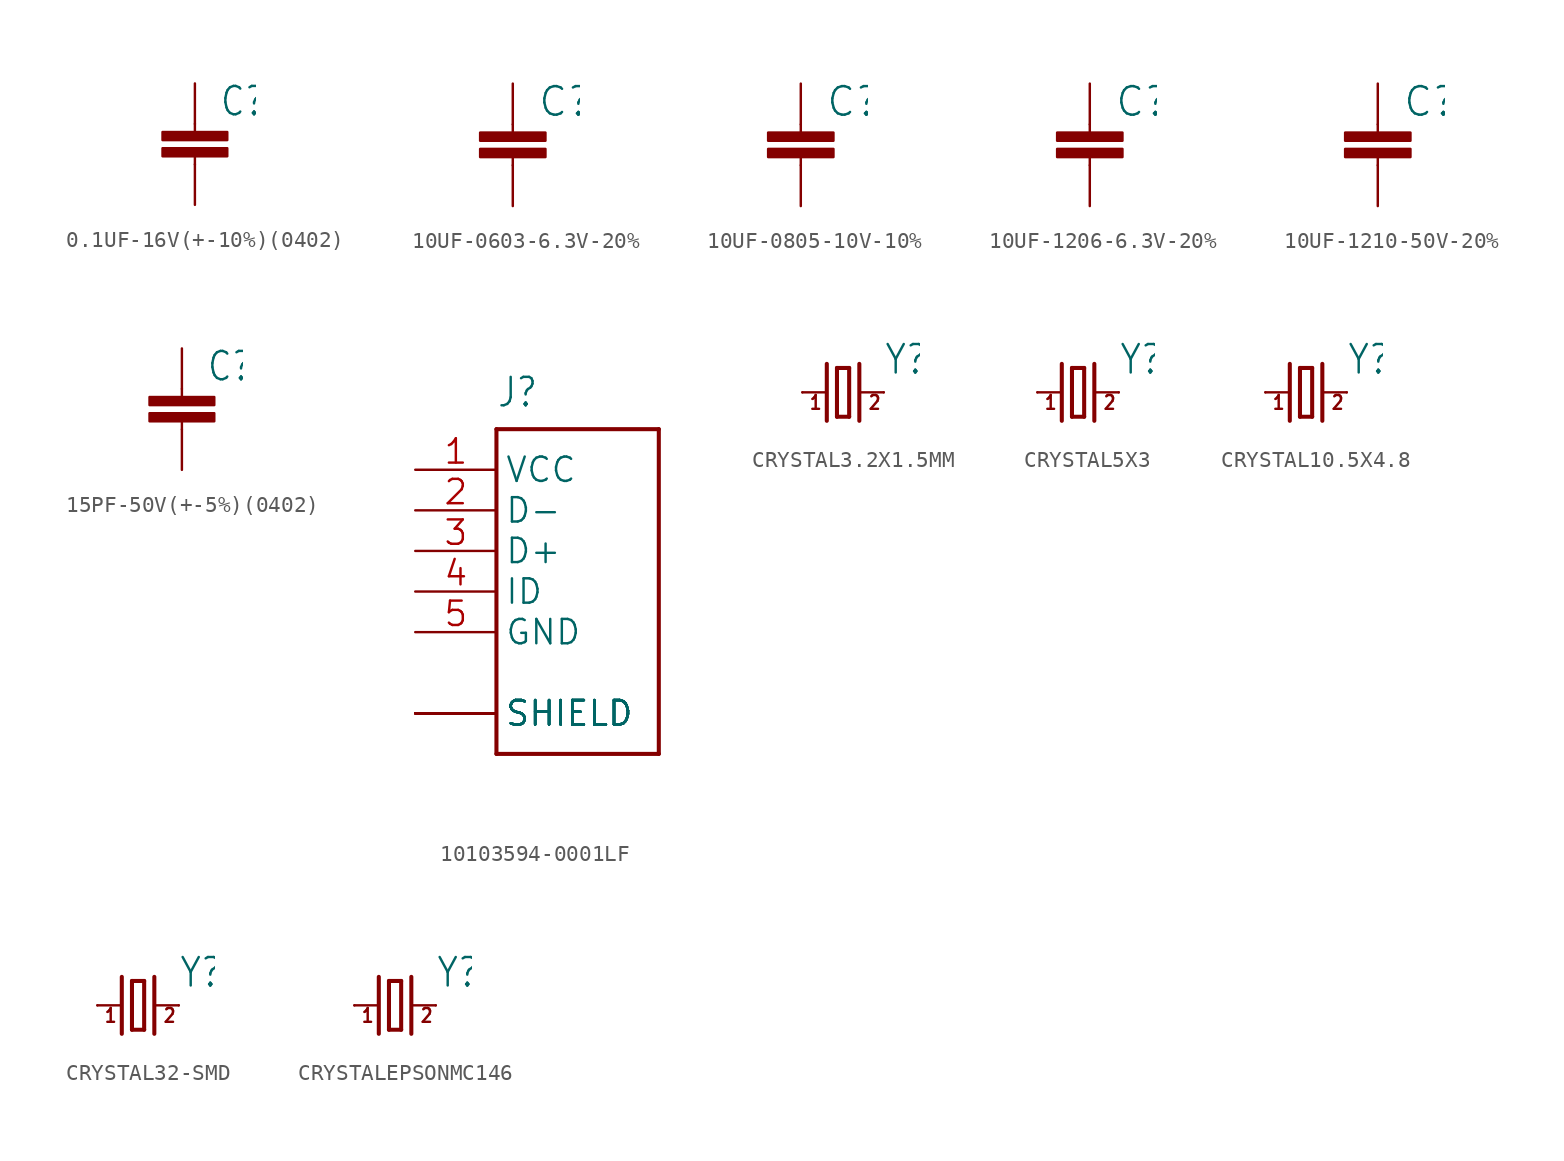
<source format=kicad_sym>
(kicad_symbol_lib
  (version 20241209)
  (generator "kicad_symbol_editor")
  (generator_version "9.0")
  (symbol "0.1UF-16V(+-10%)(0402)"
    (property "Reference" "C"
      (at 1.524 2.921 0)
      (effects (font (size 1.778 1.511)) (justify left bottom)))
    (property "Value" ""
      (at 1.524 -2.159 0)
      (effects (font (size 1.778 1.511)) (justify left bottom)))
    (property "ki_locked" ""
      (at 0 0 0)
      (effects (font (size 1.27 1.27))))
    (symbol "0.1UF-16V(+-10%)(0402)_1_0"
      (rectangle (start -2.032 1.524) (end 2.032 2.032) (stroke (width 0) (type default)) (fill (type outline)))
      (rectangle (start -2.032 0.508) (end 2.032 1.016) (stroke (width 0) (type default)) (fill (type outline)))
      (polyline (pts (xy 0 2.54) (xy 0 2.032)) (stroke (width 0.152) (type solid)) (fill (type none)))
      (polyline (pts (xy 0 0) (xy 0 0.508)) (stroke (width 0.152) (type solid)) (fill (type none)))
      (pin passive line (at 0 5.08 270) (length 2.54) (name "1" (effects (font (size 0 0)))) (number "1" (effects (font (size 0 0)))))
      (pin passive line (at 0 -2.54 90) (length 2.54) (name "2" (effects (font (size 0 0)))) (number "2" (effects (font (size 0 0)))))))
  (symbol "10UF-0603-6.3V-20%"
    (property "Reference" "C"
      (at 1.524 2.921 0)
      (effects (font (size 1.778 1.778)) (justify left bottom)))
    (property "Value" ""
      (at 1.524 -2.159 0)
      (effects (font (size 1.778 1.778)) (justify left bottom)))
    (property "ki_locked" ""
      (at 0 0 0)
      (effects (font (size 1.27 1.27))))
    (symbol "10UF-0603-6.3V-20%_1_0"
      (rectangle (start -2.032 1.524) (end 2.032 2.032) (stroke (width 0) (type default)) (fill (type outline)))
      (rectangle (start -2.032 0.508) (end 2.032 1.016) (stroke (width 0) (type default)) (fill (type outline)))
      (polyline (pts (xy 0 2.54) (xy 0 2.032)) (stroke (width 0.152) (type solid)) (fill (type none)))
      (polyline (pts (xy 0 0) (xy 0 0.508)) (stroke (width 0.152) (type solid)) (fill (type none)))
      (pin passive line (at 0 5.08 270) (length 2.54) (name "1" (effects (font (size 0 0)))) (number "1" (effects (font (size 0 0)))))
      (pin passive line (at 0 -2.54 90) (length 2.54) (name "2" (effects (font (size 0 0)))) (number "2" (effects (font (size 0 0)))))))
  (symbol "10UF-0805-10V-10%"
    (property "Reference" "C"
      (at 1.524 2.921 0)
      (effects (font (size 1.778 1.778)) (justify left bottom)))
    (property "Value" ""
      (at 1.524 -2.159 0)
      (effects (font (size 1.778 1.778)) (justify left bottom)))
    (property "ki_locked" ""
      (at 0 0 0)
      (effects (font (size 1.27 1.27))))
    (symbol "10UF-0805-10V-10%_1_0"
      (rectangle (start -2.032 1.524) (end 2.032 2.032) (stroke (width 0) (type default)) (fill (type outline)))
      (rectangle (start -2.032 0.508) (end 2.032 1.016) (stroke (width 0) (type default)) (fill (type outline)))
      (polyline (pts (xy 0 2.54) (xy 0 2.032)) (stroke (width 0.152) (type solid)) (fill (type none)))
      (polyline (pts (xy 0 0) (xy 0 0.508)) (stroke (width 0.152) (type solid)) (fill (type none)))
      (pin passive line (at 0 5.08 270) (length 2.54) (name "1" (effects (font (size 0 0)))) (number "1" (effects (font (size 0 0)))))
      (pin passive line (at 0 -2.54 90) (length 2.54) (name "2" (effects (font (size 0 0)))) (number "2" (effects (font (size 0 0)))))))
  (symbol "10UF-1206-6.3V-20%"
    (property "Reference" "C"
      (at 1.524 2.921 0)
      (effects (font (size 1.778 1.778)) (justify left bottom)))
    (property "Value" ""
      (at 1.524 -2.159 0)
      (effects (font (size 1.778 1.778)) (justify left bottom)))
    (property "ki_locked" ""
      (at 0 0 0)
      (effects (font (size 1.27 1.27))))
    (symbol "10UF-1206-6.3V-20%_1_0"
      (rectangle (start -2.032 1.524) (end 2.032 2.032) (stroke (width 0) (type default)) (fill (type outline)))
      (rectangle (start -2.032 0.508) (end 2.032 1.016) (stroke (width 0) (type default)) (fill (type outline)))
      (polyline (pts (xy 0 2.54) (xy 0 2.032)) (stroke (width 0.152) (type solid)) (fill (type none)))
      (polyline (pts (xy 0 0) (xy 0 0.508)) (stroke (width 0.152) (type solid)) (fill (type none)))
      (pin passive line (at 0 5.08 270) (length 2.54) (name "1" (effects (font (size 0 0)))) (number "1" (effects (font (size 0 0)))))
      (pin passive line (at 0 -2.54 90) (length 2.54) (name "2" (effects (font (size 0 0)))) (number "2" (effects (font (size 0 0)))))))
  (symbol "10UF-1210-50V-20%"
    (property "Reference" "C"
      (at 1.524 2.921 0)
      (effects (font (size 1.778 1.778)) (justify left bottom)))
    (property "Value" ""
      (at 1.524 -2.159 0)
      (effects (font (size 1.778 1.778)) (justify left bottom)))
    (property "ki_locked" ""
      (at 0 0 0)
      (effects (font (size 1.27 1.27))))
    (symbol "10UF-1210-50V-20%_1_0"
      (rectangle (start -2.032 1.524) (end 2.032 2.032) (stroke (width 0) (type default)) (fill (type outline)))
      (rectangle (start -2.032 0.508) (end 2.032 1.016) (stroke (width 0) (type default)) (fill (type outline)))
      (polyline (pts (xy 0 2.54) (xy 0 2.032)) (stroke (width 0.152) (type solid)) (fill (type none)))
      (polyline (pts (xy 0 0) (xy 0 0.508)) (stroke (width 0.152) (type solid)) (fill (type none)))
      (pin passive line (at 0 5.08 270) (length 2.54) (name "1" (effects (font (size 0 0)))) (number "1" (effects (font (size 0 0)))))
      (pin passive line (at 0 -2.54 90) (length 2.54) (name "2" (effects (font (size 0 0)))) (number "2" (effects (font (size 0 0)))))))
  (symbol "15PF-50V(+-5%)(0402)"
    (property "Reference" "C"
      (at 1.524 2.921 0)
      (effects (font (size 1.778 1.511)) (justify left bottom)))
    (property "Value" ""
      (at 1.524 -2.159 0)
      (effects (font (size 1.778 1.511)) (justify left bottom)))
    (property "ki_locked" ""
      (at 0 0 0)
      (effects (font (size 1.27 1.27))))
    (symbol "15PF-50V(+-5%)(0402)_1_0"
      (rectangle (start -2.032 1.524) (end 2.032 2.032) (stroke (width 0) (type default)) (fill (type outline)))
      (rectangle (start -2.032 0.508) (end 2.032 1.016) (stroke (width 0) (type default)) (fill (type outline)))
      (polyline (pts (xy 0 2.54) (xy 0 2.032)) (stroke (width 0.152) (type solid)) (fill (type none)))
      (polyline (pts (xy 0 0) (xy 0 0.508)) (stroke (width 0.152) (type solid)) (fill (type none)))
      (pin passive line (at 0 5.08 270) (length 2.54) (name "1" (effects (font (size 0 0)))) (number "1" (effects (font (size 0 0)))))
      (pin passive line (at 0 -2.54 90) (length 2.54) (name "2" (effects (font (size 0 0)))) (number "2" (effects (font (size 0 0)))))))
  (symbol "10103594-0001LF"
    (property "Reference" "J"
      (at -5.08 11.43 0)
      (effects (font (size 1.778 1.511)) (justify left bottom)))
    (property "Value" ""
      (at -5.08 -12.7 0)
      (effects (font (size 1.778 1.511)) (justify left bottom)))
    (property "ki_locked" ""
      (at 0 0 0)
      (effects (font (size 1.27 1.27))))
    (symbol "10103594-0001LF_1_0"
      (polyline (pts (xy -5.08 10.16) (xy -5.08 -10.16)) (stroke (width 0.254) (type solid)) (fill (type none)))
      (polyline (pts (xy -5.08 -10.16) (xy 5.08 -10.16)) (stroke (width 0.254) (type solid)) (fill (type none)))
      (polyline (pts (xy 5.08 10.16) (xy -5.08 10.16)) (stroke (width 0.254) (type solid)) (fill (type none)))
      (polyline (pts (xy 5.08 -10.16) (xy 5.08 10.16)) (stroke (width 0.254) (type solid)) (fill (type none)))
      (pin power_in line (at -10.16 7.62 0) (length 5.08) (name "VCC" (effects (font (size 1.524 1.524)))) (number "1" (effects (font (size 1.524 1.524)))))
      (pin bidirectional line (at -10.16 5.08 0) (length 5.08) (name "D-" (effects (font (size 1.524 1.524)))) (number "2" (effects (font (size 1.524 1.524)))))
      (pin bidirectional line (at -10.16 2.54 0) (length 5.08) (name "D+" (effects (font (size 1.524 1.524)))) (number "3" (effects (font (size 1.524 1.524)))))
      (pin bidirectional line (at -10.16 0 0) (length 5.08) (name "ID" (effects (font (size 1.524 1.524)))) (number "4" (effects (font (size 1.524 1.524)))))
      (pin power_in line (at -10.16 -2.54 0) (length 5.08) (name "GND" (effects (font (size 1.524 1.524)))) (number "5" (effects (font (size 1.524 1.524)))))
      (pin passive line (at -10.16 -7.62 0) (length 5.08) (name "SHIELD" (effects (font (size 1.524 1.524)))) (number "10" (effects (font (size 0 0)))))
      (pin passive line (at -10.16 -7.62 0) (length 5.08) (name "SHIELD" (effects (font (size 1.524 1.524)))) (number "11" (effects (font (size 0 0)))))
      (pin passive line (at -10.16 -7.62 0) (length 5.08) (name "SHIELD" (effects (font (size 1.524 1.524)))) (number "6" (effects (font (size 0 0)))))
      (pin passive line (at -10.16 -7.62 0) (length 5.08) (name "SHIELD" (effects (font (size 1.524 1.524)))) (number "7" (effects (font (size 0 0)))))
      (pin passive line (at -10.16 -7.62 0) (length 5.08) (name "SHIELD" (effects (font (size 1.524 1.524)))) (number "8" (effects (font (size 0 0)))))
      (pin passive line (at -10.16 -7.62 0) (length 5.08) (name "SHIELD" (effects (font (size 1.524 1.524)))) (number "9" (effects (font (size 0 0)))))
      (pin passive line (at -10.16 -7.62 0) (length 5.08) (name "SHIELD" (effects (font (size 1.524 1.524)))) (number "S1" (effects (font (size 0 0)))))
      (pin passive line (at -10.16 -7.62 0) (length 5.08) (name "SHIELD" (effects (font (size 1.524 1.524)))) (number "S2" (effects (font (size 0 0)))))))
  (symbol "CRYSTAL3.2X1.5MM"
    (property "Reference" "Y"
      (at 2.54 1.016 0)
      (effects (font (size 1.778 1.511)) (justify left bottom)))
    (property "Value" ""
      (at 2.54 -2.54 0)
      (effects (font (size 1.778 1.511)) (justify left bottom)))
    (property "ki_locked" ""
      (at 0 0 0)
      (effects (font (size 1.27 1.27))))
    (symbol "CRYSTAL3.2X1.5MM_1_0"
      (polyline (pts (xy -2.54 0) (xy -1.016 0)) (stroke (width 0.152) (type solid)) (fill (type none)))
      (polyline (pts (xy -1.016 1.778) (xy -1.016 -1.778)) (stroke (width 0.254) (type solid)) (fill (type none)))
      (polyline (pts (xy -0.381 1.524) (xy -0.381 -1.524)) (stroke (width 0.254) (type solid)) (fill (type none)))
      (polyline (pts (xy -0.381 -1.524) (xy 0.381 -1.524)) (stroke (width 0.254) (type solid)) (fill (type none)))
      (polyline (pts (xy 0.381 1.524) (xy -0.381 1.524)) (stroke (width 0.254) (type solid)) (fill (type none)))
      (polyline (pts (xy 0.381 -1.524) (xy 0.381 1.524)) (stroke (width 0.254) (type solid)) (fill (type none)))
      (polyline (pts (xy 1.016 1.778) (xy 1.016 -1.778)) (stroke (width 0.254) (type solid)) (fill (type none)))
      (polyline (pts (xy 1.016 0) (xy 2.54 0)) (stroke (width 0.152) (type solid)) (fill (type none)))
      (text "1" (at -2.159 -1.143 0) (effects (font (size 0.864 0.734)) (justify left bottom)))
      (text "2" (at 1.524 -1.143 0) (effects (font (size 0.864 0.734)) (justify left bottom)))
      (pin passive line (at -2.54 0 0) (length 0) (name "1" (effects (font (size 0 0)))) (number "P$1" (effects (font (size 0 0)))))
      (pin passive line (at 2.54 0 180) (length 0) (name "2" (effects (font (size 0 0)))) (number "P$2" (effects (font (size 0 0)))))))
  (symbol "CRYSTAL5X3"
    (property "Reference" "Y"
      (at 2.54 1.016 0)
      (effects (font (size 1.778 1.511)) (justify left bottom)))
    (property "Value" ""
      (at 2.54 -2.54 0)
      (effects (font (size 1.778 1.511)) (justify left bottom)))
    (property "ki_locked" ""
      (at 0 0 0)
      (effects (font (size 1.27 1.27))))
    (symbol "CRYSTAL5X3_1_0"
      (polyline (pts (xy -2.54 0) (xy -1.016 0)) (stroke (width 0.152) (type solid)) (fill (type none)))
      (polyline (pts (xy -1.016 1.778) (xy -1.016 -1.778)) (stroke (width 0.254) (type solid)) (fill (type none)))
      (polyline (pts (xy -0.381 1.524) (xy -0.381 -1.524)) (stroke (width 0.254) (type solid)) (fill (type none)))
      (polyline (pts (xy -0.381 -1.524) (xy 0.381 -1.524)) (stroke (width 0.254) (type solid)) (fill (type none)))
      (polyline (pts (xy 0.381 1.524) (xy -0.381 1.524)) (stroke (width 0.254) (type solid)) (fill (type none)))
      (polyline (pts (xy 0.381 -1.524) (xy 0.381 1.524)) (stroke (width 0.254) (type solid)) (fill (type none)))
      (polyline (pts (xy 1.016 1.778) (xy 1.016 -1.778)) (stroke (width 0.254) (type solid)) (fill (type none)))
      (polyline (pts (xy 1.016 0) (xy 2.54 0)) (stroke (width 0.152) (type solid)) (fill (type none)))
      (text "1" (at -2.159 -1.143 0) (effects (font (size 0.864 0.734)) (justify left bottom)))
      (text "2" (at 1.524 -1.143 0) (effects (font (size 0.864 0.734)) (justify left bottom)))
      (pin passive line (at -2.54 0 0) (length 0) (name "1" (effects (font (size 0 0)))) (number "1" (effects (font (size 0 0)))))
      (pin passive line (at 2.54 0 180) (length 0) (name "2" (effects (font (size 0 0)))) (number "3" (effects (font (size 0 0)))))))
  (symbol "CRYSTAL10.5X4.8"
    (property "Reference" "Y"
      (at 2.54 1.016 0)
      (effects (font (size 1.778 1.511)) (justify left bottom)))
    (property "Value" ""
      (at 2.54 -2.54 0)
      (effects (font (size 1.778 1.511)) (justify left bottom)))
    (property "ki_locked" ""
      (at 0 0 0)
      (effects (font (size 1.27 1.27))))
    (symbol "CRYSTAL10.5X4.8_1_0"
      (polyline (pts (xy -2.54 0) (xy -1.016 0)) (stroke (width 0.152) (type solid)) (fill (type none)))
      (polyline (pts (xy -1.016 1.778) (xy -1.016 -1.778)) (stroke (width 0.254) (type solid)) (fill (type none)))
      (polyline (pts (xy -0.381 1.524) (xy -0.381 -1.524)) (stroke (width 0.254) (type solid)) (fill (type none)))
      (polyline (pts (xy -0.381 -1.524) (xy 0.381 -1.524)) (stroke (width 0.254) (type solid)) (fill (type none)))
      (polyline (pts (xy 0.381 1.524) (xy -0.381 1.524)) (stroke (width 0.254) (type solid)) (fill (type none)))
      (polyline (pts (xy 0.381 -1.524) (xy 0.381 1.524)) (stroke (width 0.254) (type solid)) (fill (type none)))
      (polyline (pts (xy 1.016 1.778) (xy 1.016 -1.778)) (stroke (width 0.254) (type solid)) (fill (type none)))
      (polyline (pts (xy 1.016 0) (xy 2.54 0)) (stroke (width 0.152) (type solid)) (fill (type none)))
      (text "1" (at -2.159 -1.143 0) (effects (font (size 0.864 0.734)) (justify left bottom)))
      (text "2" (at 1.524 -1.143 0) (effects (font (size 0.864 0.734)) (justify left bottom)))
      (pin passive line (at -2.54 0 0) (length 0) (name "1" (effects (font (size 0 0)))) (number "P$1" (effects (font (size 0 0)))))
      (pin passive line (at 2.54 0 180) (length 0) (name "2" (effects (font (size 0 0)))) (number "P$2" (effects (font (size 0 0)))))))
  (symbol "CRYSTAL32-SMD"
    (property "Reference" "Y"
      (at 2.54 1.016 0)
      (effects (font (size 1.778 1.511)) (justify left bottom)))
    (property "Value" ""
      (at 2.54 -2.54 0)
      (effects (font (size 1.778 1.511)) (justify left bottom)))
    (property "ki_locked" ""
      (at 0 0 0)
      (effects (font (size 1.27 1.27))))
    (symbol "CRYSTAL32-SMD_1_0"
      (polyline (pts (xy -2.54 0) (xy -1.016 0)) (stroke (width 0.152) (type solid)) (fill (type none)))
      (polyline (pts (xy -1.016 1.778) (xy -1.016 -1.778)) (stroke (width 0.254) (type solid)) (fill (type none)))
      (polyline (pts (xy -0.381 1.524) (xy -0.381 -1.524)) (stroke (width 0.254) (type solid)) (fill (type none)))
      (polyline (pts (xy -0.381 -1.524) (xy 0.381 -1.524)) (stroke (width 0.254) (type solid)) (fill (type none)))
      (polyline (pts (xy 0.381 1.524) (xy -0.381 1.524)) (stroke (width 0.254) (type solid)) (fill (type none)))
      (polyline (pts (xy 0.381 -1.524) (xy 0.381 1.524)) (stroke (width 0.254) (type solid)) (fill (type none)))
      (polyline (pts (xy 1.016 1.778) (xy 1.016 -1.778)) (stroke (width 0.254) (type solid)) (fill (type none)))
      (polyline (pts (xy 1.016 0) (xy 2.54 0)) (stroke (width 0.152) (type solid)) (fill (type none)))
      (text "1" (at -2.159 -1.143 0) (effects (font (size 0.864 0.734)) (justify left bottom)))
      (text "2" (at 1.524 -1.143 0) (effects (font (size 0.864 0.734)) (justify left bottom)))
      (pin passive line (at -2.54 0 0) (length 0) (name "1" (effects (font (size 0 0)))) (number "X1" (effects (font (size 0 0)))))
      (pin passive line (at 2.54 0 180) (length 0) (name "2" (effects (font (size 0 0)))) (number "X2" (effects (font (size 0 0)))))))
  (symbol "CRYSTALEPSONMC146"
    (property "Reference" "Y"
      (at 2.54 1.016 0)
      (effects (font (size 1.778 1.511)) (justify left bottom)))
    (property "Value" ""
      (at 2.54 -2.54 0)
      (effects (font (size 1.778 1.511)) (justify left bottom)))
    (property "ki_locked" ""
      (at 0 0 0)
      (effects (font (size 1.27 1.27))))
    (symbol "CRYSTALEPSONMC146_1_0"
      (polyline (pts (xy -2.54 0) (xy -1.016 0)) (stroke (width 0.152) (type solid)) (fill (type none)))
      (polyline (pts (xy -1.016 1.778) (xy -1.016 -1.778)) (stroke (width 0.254) (type solid)) (fill (type none)))
      (polyline (pts (xy -0.381 1.524) (xy -0.381 -1.524)) (stroke (width 0.254) (type solid)) (fill (type none)))
      (polyline (pts (xy -0.381 -1.524) (xy 0.381 -1.524)) (stroke (width 0.254) (type solid)) (fill (type none)))
      (polyline (pts (xy 0.381 1.524) (xy -0.381 1.524)) (stroke (width 0.254) (type solid)) (fill (type none)))
      (polyline (pts (xy 0.381 -1.524) (xy 0.381 1.524)) (stroke (width 0.254) (type solid)) (fill (type none)))
      (polyline (pts (xy 1.016 1.778) (xy 1.016 -1.778)) (stroke (width 0.254) (type solid)) (fill (type none)))
      (polyline (pts (xy 1.016 0) (xy 2.54 0)) (stroke (width 0.152) (type solid)) (fill (type none)))
      (text "1" (at -2.159 -1.143 0) (effects (font (size 0.864 0.734)) (justify left bottom)))
      (text "2" (at 1.524 -1.143 0) (effects (font (size 0.864 0.734)) (justify left bottom)))
      (pin passive line (at -2.54 0 0) (length 0) (name "1" (effects (font (size 0 0)))) (number "P$2" (effects (font (size 0 0)))))
      (pin passive line (at 2.54 0 180) (length 0) (name "2" (effects (font (size 0 0)))) (number "P$1" (effects (font (size 0 0))))))))
</source>
